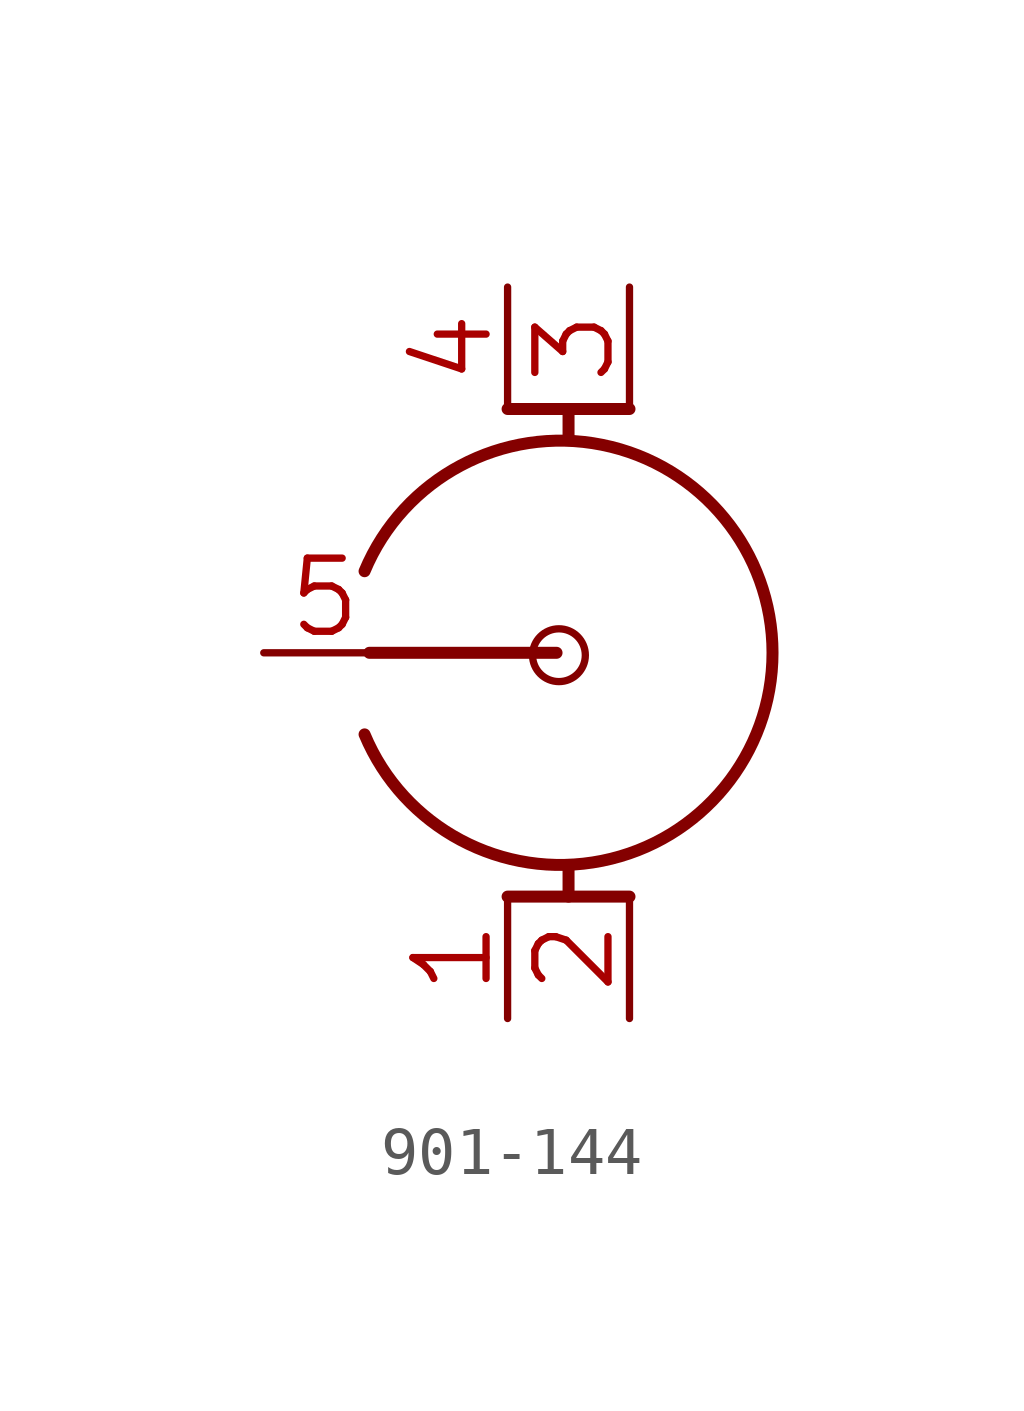
<source format=kicad_sym>
(kicad_symbol_lib
  (version 20241209)
  (generator "kicad_symbol_editor")
  (generator_version "9.0")
  (symbol "901-144"
    (property "Reference" "J"
      (at 0 0 0)
      (effects (font (size 1.27 1.27)) (hide yes)))
    (property "ki_locked" ""
      (at 0 0 0)
      (effects (font (size 1.27 1.27))))
    (symbol "901-144_1_0"
      (polyline (pts (xy -1.27 5.08) (xy 1.27 5.08)) (stroke (width 0.25) (type solid)) (fill (type none)))
      (polyline (pts (xy -1.27 -5.08) (xy 1.27 -5.08)) (stroke (width 0.25) (type solid)) (fill (type none)))
      (polyline (pts (xy -0.25 0) (xy -4.15 0)) (stroke (width 0.25) (type solid)) (fill (type none)))
      (circle (center -0.2 -0.05) (radius 0.55) (stroke (width 0) (type solid)) (fill (type none)))
      (arc (start -4.25 1.7) (mid 4.25 0) (end -4.25 -1.7) (stroke (width 0.25) (type solid)) (fill (type none)))
      (polyline (pts (xy 0 5.08) (xy 0 4.5)) (stroke (width 0.25) (type solid)) (fill (type none)))
      (polyline (pts (xy 0 -4.48) (xy 0 -5.08)) (stroke (width 0.25) (type solid)) (fill (type none)))
      (pin bidirectional line (at -6.35 0 0) (length 2.54) (name "CON" (effects (font (size 0 0)))) (number "5" (effects (font (size 1.524 1.524)))))
      (pin power_in line (at -1.27 7.62 270) (length 2.54) (name "GND@2" (effects (font (size 0 0)))) (number "4" (effects (font (size 1.524 1.524)))))
      (pin power_in line (at -1.27 -7.62 90) (length 2.54) (name "GND@1" (effects (font (size 0 0)))) (number "1" (effects (font (size 1.524 1.524)))))
      (pin power_in line (at 1.27 7.62 270) (length 2.54) (name "GND@4" (effects (font (size 0 0)))) (number "3" (effects (font (size 1.524 1.524)))))
      (pin power_in line (at 1.27 -7.62 90) (length 2.54) (name "GND@3" (effects (font (size 0 0)))) (number "2" (effects (font (size 1.524 1.524))))))))
</source>
